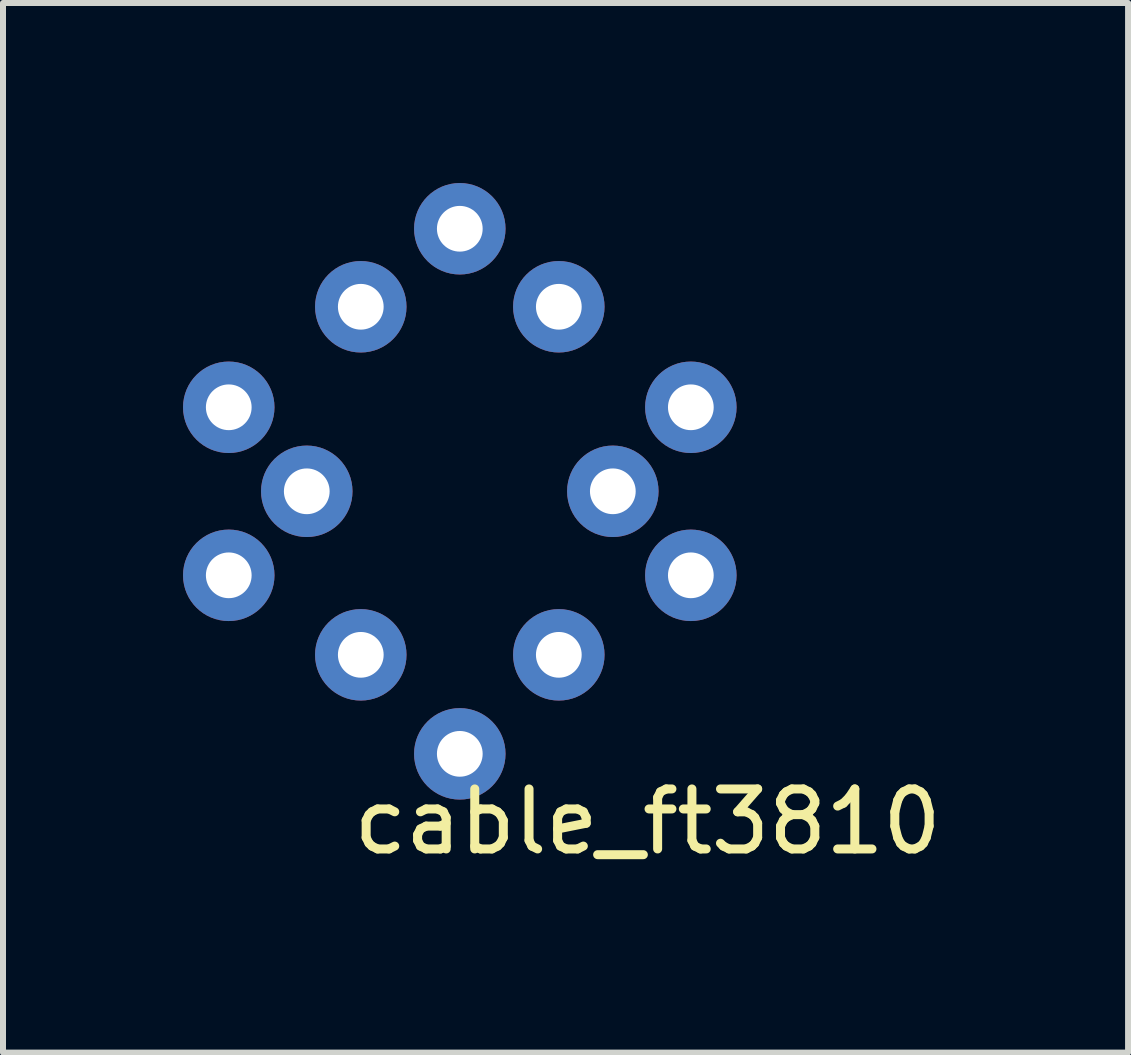
<source format=kicad_pcb>
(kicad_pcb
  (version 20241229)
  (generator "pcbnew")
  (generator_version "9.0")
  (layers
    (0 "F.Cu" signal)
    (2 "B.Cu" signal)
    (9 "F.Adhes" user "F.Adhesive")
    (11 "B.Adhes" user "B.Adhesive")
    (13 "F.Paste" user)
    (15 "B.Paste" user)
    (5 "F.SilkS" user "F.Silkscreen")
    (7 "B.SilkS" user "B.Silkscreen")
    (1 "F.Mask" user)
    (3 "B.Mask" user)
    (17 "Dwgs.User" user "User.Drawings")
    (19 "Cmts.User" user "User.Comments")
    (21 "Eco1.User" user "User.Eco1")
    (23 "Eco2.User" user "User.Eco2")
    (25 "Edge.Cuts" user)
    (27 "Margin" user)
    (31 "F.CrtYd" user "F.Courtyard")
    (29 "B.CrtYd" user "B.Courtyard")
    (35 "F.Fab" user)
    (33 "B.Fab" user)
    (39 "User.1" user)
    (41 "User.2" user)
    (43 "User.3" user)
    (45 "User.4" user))
  (footprint "cable_ft3810"
    (layer "F.Cu")
    (at 4.622 5.137)
    (property "Reference" "cable_ft3810" (at 3.12 5.505 0) (unlocked yes) (layer "F.SilkS") (effects (font (size 1 1) (thickness 0.15))))
    (attr through_hole)
    (pad "1" thru_hole circle (at -0.01 -4.375) (size 1.524 1.524) (drill 0.762) (layers "*.Cu" "*.Mask"))
    (pad "2" thru_hole circle (at -1.66 -3.075) (size 1.524 1.524) (drill 0.762) (layers "*.Cu" "*.Mask"))
    (pad "3" thru_hole circle (at 1.64 -3.075) (size 1.524 1.524) (drill 0.762) (layers "*.Cu" "*.Mask"))
    (pad "4" thru_hole circle (at 3.84 -1.4) (size 1.524 1.524) (drill 0.762) (layers "*.Cu" "*.Mask"))
    (pad "5" thru_hole circle (at 3.84 1.4) (size 1.524 1.524) (drill 0.762) (layers "*.Cu" "*.Mask"))
    (pad "6" thru_hole circle (at 2.54 0) (size 1.524 1.524) (drill 0.762) (layers "*.Cu" "*.Mask"))
    (pad "7" thru_hole circle (at -3.86 -1.4) (size 1.524 1.524) (drill 0.762) (layers "*.Cu" "*.Mask"))
    (pad "8" thru_hole circle (at -2.56 0) (size 1.524 1.524) (drill 0.762) (layers "*.Cu" "*.Mask"))
    (pad "9" thru_hole circle (at -3.86 1.4) (size 1.524 1.524) (drill 0.762) (layers "*.Cu" "*.Mask"))
    (pad "10" thru_hole circle (at 1.64 2.725) (size 1.524 1.524) (drill 0.762) (layers "*.Cu" "*.Mask"))
    (pad "11" thru_hole circle (at -0.01 4.375) (size 1.524 1.524) (drill 0.762) (layers "*.Cu" "*.Mask"))
    (pad "12" thru_hole circle (at -1.66 2.725) (size 1.524 1.524) (drill 0.762) (layers "*.Cu" "*.Mask")))
  (gr_rect
    (start -3 -3)
    (end 15.748 14.49)
    (stroke (width 0.1) (type default))
    (fill no)
    (layer "Edge.Cuts")))
</source>
